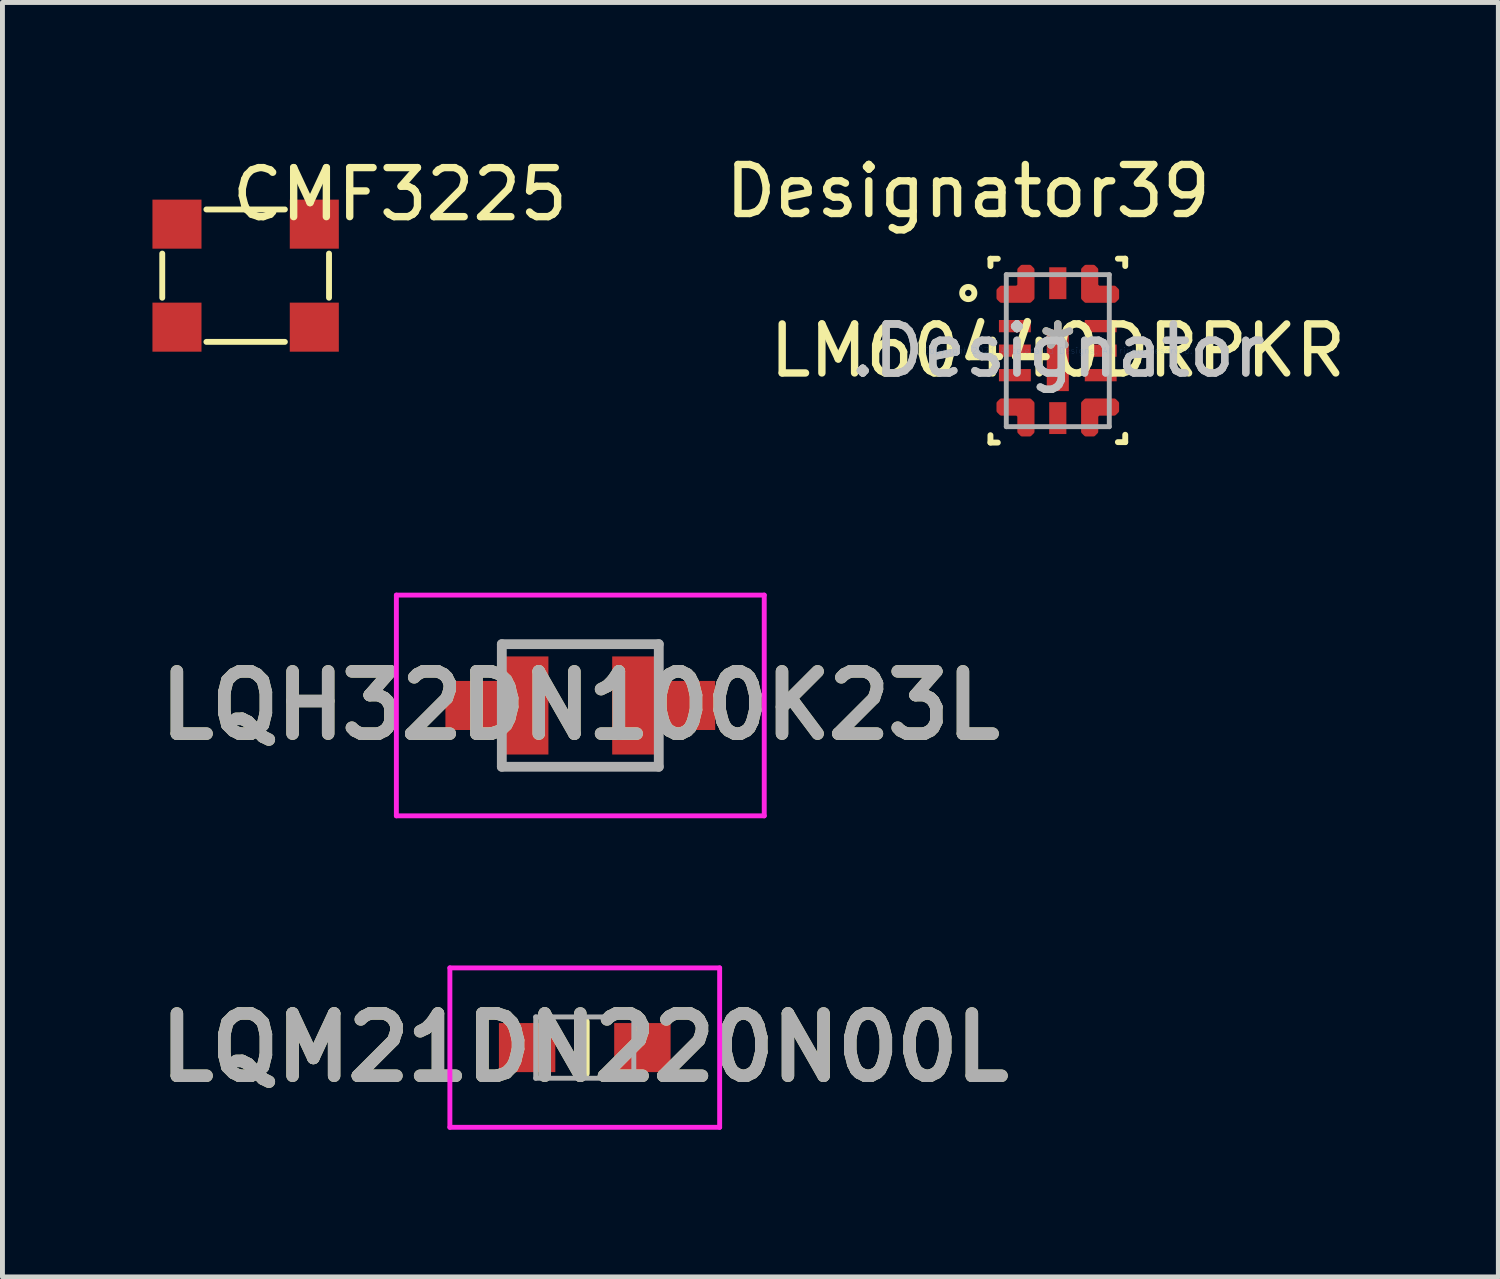
<source format=kicad_pcb>
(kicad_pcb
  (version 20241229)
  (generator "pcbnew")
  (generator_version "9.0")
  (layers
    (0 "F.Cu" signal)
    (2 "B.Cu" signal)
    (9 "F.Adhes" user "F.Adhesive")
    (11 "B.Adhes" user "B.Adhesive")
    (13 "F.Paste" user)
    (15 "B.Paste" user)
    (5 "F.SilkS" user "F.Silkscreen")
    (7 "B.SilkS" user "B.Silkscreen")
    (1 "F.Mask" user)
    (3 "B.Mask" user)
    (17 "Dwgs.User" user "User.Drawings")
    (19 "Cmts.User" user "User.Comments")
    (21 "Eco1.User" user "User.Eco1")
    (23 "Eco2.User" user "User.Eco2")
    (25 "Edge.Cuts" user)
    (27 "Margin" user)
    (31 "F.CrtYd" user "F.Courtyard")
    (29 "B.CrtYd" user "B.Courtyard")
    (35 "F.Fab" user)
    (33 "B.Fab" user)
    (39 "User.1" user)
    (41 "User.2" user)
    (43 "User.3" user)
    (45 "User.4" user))
  (footprint "LQH32DN100K23L"
    (layer "F.Cu")
    (at 8.781 11.333)
    (property "Reference" "LQH32DN100K23L" (at 0 0 0) (layer "F.SilkS") (effects (font (size 1.27 1.27) (thickness 0.254))))
    (attr smd)
    (fp_line (start -1.6 -1.25) (end 1.5 -1.25) (stroke (width 0.1) (type solid)) (layer "F.SilkS"))
    (fp_line (start -1.5 1.25) (end 1.6 1.25) (stroke (width 0.1) (type solid)) (layer "F.SilkS"))
    (fp_line (start -3.75 -2.25) (end 3.75 -2.25) (stroke (width 0.1) (type solid)) (layer "F.CrtYd"))
    (fp_line (start -3.75 2.25) (end -3.75 -2.25) (stroke (width 0.1) (type solid)) (layer "F.CrtYd"))
    (fp_line (start 3.75 -2.25) (end 3.75 2.25) (stroke (width 0.1) (type solid)) (layer "F.CrtYd"))
    (fp_line (start 3.75 2.25) (end -3.75 2.25) (stroke (width 0.1) (type solid)) (layer "F.CrtYd"))
    (fp_line (start -1.6 -1.25) (end 1.6 -1.25) (stroke (width 0.2) (type solid)) (layer "F.Fab"))
    (fp_line (start -1.6 1.25) (end -1.6 -1.25) (stroke (width 0.2) (type solid)) (layer "F.Fab"))
    (fp_line (start 1.6 -1.25) (end 1.6 1.25) (stroke (width 0.2) (type solid)) (layer "F.Fab"))
    (fp_line (start 1.6 1.25) (end -1.6 1.25) (stroke (width 0.2) (type solid)) (layer "F.Fab"))
    (fp_text user "${REFERENCE}" (at 0 0 0) (layer "F.Fab") (effects (font (size 1.27 1.27) (thickness 0.254))))
    (pad "1" smd rect (at -1.15 0) (size 1 2) (layers "F.Cu" "F.Mask" "F.Paste"))
    (pad "2" smd rect (at 1.15 0) (size 1 2) (layers "F.Cu" "F.Mask" "F.Paste"))
    (pad "3" smd rect (at -2.2 0 90) (size 1 1.1) (layers "F.Cu" "F.Mask" "F.Paste"))
    (pad "4" smd rect (at 2.2 0 90) (size 1 1.1) (layers "F.Cu" "F.Mask" "F.Paste")))
  (footprint "CMF3225"
    (layer "F.Cu")
    (at 0.25 0.25)
    (property "Reference" "CMF3225" (at 4.854 0.662 0) (layer "F.SilkS") (effects (font (size 1 1) (thickness 0.15))))
    (attr through_hole)
    (fp_line (start 0.008 2.77) (end 0.008 1.87) (stroke (width 0.12) (type solid)) (layer "F.SilkS"))
    (fp_line (start 0.908 0.97) (end 2.508 0.97) (stroke (width 0.12) (type solid)) (layer "F.SilkS"))
    (fp_line (start 2.508 3.67) (end 0.908 3.67) (stroke (width 0.12) (type solid)) (layer "F.SilkS"))
    (fp_line (start 3.408 1.87) (end 3.408 2.77) (stroke (width 0.12) (type solid)) (layer "F.SilkS"))
    (pad "1" smd rect (at 0.308 1.27) (size 1 1) (layers "F.Cu" "F.Mask" "F.Paste"))
    (pad "2" smd rect (at 0.308 3.37) (size 1 1) (layers "F.Cu" "F.Mask" "F.Paste"))
    (pad "3" smd rect (at 3.108 1.27) (size 1 1) (layers "F.Cu" "F.Mask" "F.Paste"))
    (pad "4" smd rect (at 3.108 3.37) (size 1 1) (layers "F.Cu" "F.Mask" "F.Paste")))
  (footprint "LQM21DN220N00L"
    (layer "F.Cu")
    (at 8.872 18.308)
    (property "Reference" "LQM21DN220N00L" (at 0 0 0) (layer "F.SilkS") (effects (font (size 1.27 1.27) (thickness 0.254))))
    (attr smd)
    (fp_line (start 0 -0.525) (end 0 0.525) (stroke (width 0.2) (type solid)) (layer "F.SilkS"))
    (fp_line (start -2.75 -1.625) (end 2.75 -1.625) (stroke (width 0.1) (type solid)) (layer "F.CrtYd"))
    (fp_line (start -2.75 1.625) (end -2.75 -1.625) (stroke (width 0.1) (type solid)) (layer "F.CrtYd"))
    (fp_line (start 2.75 -1.625) (end 2.75 1.625) (stroke (width 0.1) (type solid)) (layer "F.CrtYd"))
    (fp_line (start 2.75 1.625) (end -2.75 1.625) (stroke (width 0.1) (type solid)) (layer "F.CrtYd"))
    (fp_line (start -1 -0.625) (end 1 -0.625) (stroke (width 0.1) (type solid)) (layer "F.Fab"))
    (fp_line (start -1 0.625) (end -1 -0.625) (stroke (width 0.1) (type solid)) (layer "F.Fab"))
    (fp_line (start 1 -0.625) (end 1 0.625) (stroke (width 0.1) (type solid)) (layer "F.Fab"))
    (fp_line (start 1 0.625) (end -1 0.625) (stroke (width 0.1) (type solid)) (layer "F.Fab"))
    (fp_text user "${REFERENCE}" (at 0 0 0) (layer "F.Fab") (effects (font (size 1.27 1.27) (thickness 0.254))))
    (pad "1" smd rect (at -1.175 0 90) (size 1 1.15) (layers "F.Cu" "F.Mask" "F.Paste"))
    (pad "2" smd rect (at 1.175 0 90) (size 1 1.15) (layers "F.Cu" "F.Mask" "F.Paste")))
  (footprint "LM60440DRPKR"
    (layer "F.Cu")
    (at 18.516 4.099)
    (property "Reference" "LM60440DRPKR" (at 0 0 0) (layer "F.SilkS") (effects (font (size 1 1) (thickness 0.15))))
    (attr through_hole)
    (fp_poly (pts (xy -1.2 -1.225) (xy -1.15 -1.275) (xy -0.825 -1.275) (xy -0.775 -1.325) (xy -0.775 -1.65) (xy -0.725 -1.7) (xy -0.575 -1.7) (xy -0.525 -1.65) (xy -0.525 -1.075) (xy -0.575 -1.025) (xy -1.15 -1.025) (xy -1.2 -1.075)) (stroke (width 0.1) (type solid)) (fill yes) (layer "F.Cu"))
    (fp_poly (pts (xy -0.575 1.7) (xy -0.725 1.7) (xy -0.775 1.65) (xy -0.775 1.325) (xy -0.825 1.275) (xy -1.15 1.275) (xy -1.2 1.225) (xy -1.2 1.075) (xy -1.15 1.025) (xy -0.575 1.025) (xy -0.525 1.075) (xy -0.525 1.65) (xy -0.575 1.7)) (stroke (width 0.1) (type solid)) (fill yes) (layer "F.Cu"))
    (fp_poly (pts (xy 0.575 -1.7) (xy 0.725 -1.7) (xy 0.775 -1.65) (xy 0.775 -1.325) (xy 0.825 -1.275) (xy 1.15 -1.275) (xy 1.2 -1.225) (xy 1.2 -1.075) (xy 1.15 -1.025) (xy 0.575 -1.025) (xy 0.525 -1.075) (xy 0.525 -1.65) (xy 0.575 -1.7)) (stroke (width 0.1) (type solid)) (fill yes) (layer "F.Cu"))
    (fp_poly (pts (xy 1.2 1.075) (xy 1.2 1.225) (xy 1.15 1.275) (xy 0.825 1.275) (xy 0.775 1.325) (xy 0.775 1.65) (xy 0.725 1.7) (xy 0.575 1.7) (xy 0.525 1.65) (xy 0.525 1.075) (xy 0.575 1.025) (xy 1.15 1.025) (xy 1.2 1.075)) (stroke (width 0.1) (type solid)) (fill yes) (layer "F.Cu"))
    (fp_poly (pts (xy -1.2 -1.225) (xy -1.15 -1.275) (xy -0.825 -1.275) (xy -0.775 -1.325) (xy -0.775 -1.65) (xy -0.725 -1.7) (xy -0.575 -1.7) (xy -0.525 -1.65) (xy -0.525 -1.075) (xy -0.575 -1.025) (xy -1.15 -1.025) (xy -1.2 -1.075)) (stroke (width 0.1) (type solid)) (fill yes) (layer "F.Mask"))
    (fp_poly (pts (xy -0.575 1.7) (xy -0.725 1.7) (xy -0.775 1.65) (xy -0.775 1.325) (xy -0.825 1.275) (xy -1.15 1.275) (xy -1.2 1.225) (xy -1.2 1.075) (xy -1.15 1.025) (xy -0.575 1.025) (xy -0.525 1.075) (xy -0.525 1.65) (xy -0.575 1.7)) (stroke (width 0.1) (type solid)) (fill yes) (layer "F.Mask"))
    (fp_poly (pts (xy 0.575 -1.7) (xy 0.725 -1.7) (xy 0.775 -1.65) (xy 0.775 -1.325) (xy 0.825 -1.275) (xy 1.15 -1.275) (xy 1.2 -1.225) (xy 1.2 -1.075) (xy 1.15 -1.025) (xy 0.575 -1.025) (xy 0.525 -1.075) (xy 0.525 -1.65) (xy 0.575 -1.7)) (stroke (width 0.1) (type solid)) (fill yes) (layer "F.Mask"))
    (fp_poly (pts (xy 1.2 1.075) (xy 1.2 1.225) (xy 1.15 1.275) (xy 0.825 1.275) (xy 0.775 1.325) (xy 0.775 1.65) (xy 0.725 1.7) (xy 0.575 1.7) (xy 0.525 1.65) (xy 0.525 1.075) (xy 0.575 1.025) (xy 1.15 1.025) (xy 1.2 1.075)) (stroke (width 0.1) (type solid)) (fill yes) (layer "F.Mask"))
    (fp_line (start -1.373 1.874) (end -1.373 1.724) (stroke (width 0.12) (type solid)) (layer "F.SilkS"))
    (fp_line (start -1.373 1.874) (end -1.223 1.874) (stroke (width 0.12) (type solid)) (layer "F.SilkS"))
    (fp_line (start -1.373 -1.874) (end -1.223 -1.874) (stroke (width 0.12) (type solid)) (layer "F.SilkS"))
    (fp_line (start -1.373 -1.724) (end -1.373 -1.874) (stroke (width 0.12) (type solid)) (layer "F.SilkS"))
    (fp_line (start 1.225 1.865) (end 1.375 1.865) (stroke (width 0.12) (type solid)) (layer "F.SilkS"))
    (fp_line (start 1.225 -1.875) (end 1.375 -1.875) (stroke (width 0.12) (type solid)) (layer "F.SilkS"))
    (fp_line (start 1.375 1.865) (end 1.375 1.715) (stroke (width 0.12) (type solid)) (layer "F.SilkS"))
    (fp_line (start 1.375 -1.725) (end 1.375 -1.875) (stroke (width 0.12) (type solid)) (layer "F.SilkS"))
    (fp_circle (center -1.825 -1.175) (end -1.7 -1.175) (stroke (width 0.12) (type solid)) (fill no) (layer "F.SilkS"))
    (fp_poly (pts (xy -1.2 -1.225) (xy -1.15 -1.275) (xy -0.825 -1.275) (xy -0.775 -1.325) (xy -0.775 -1.65) (xy -0.725 -1.7) (xy -0.575 -1.7) (xy -0.525 -1.65) (xy -0.525 -1.075) (xy -0.575 -1.025) (xy -1.15 -1.025) (xy -1.2 -1.075)) (stroke (width 0.1) (type solid)) (fill yes) (layer "F.Paste"))
    (fp_poly (pts (xy -0.575 1.7) (xy -0.725 1.7) (xy -0.775 1.65) (xy -0.775 1.325) (xy -0.825 1.275) (xy -1.15 1.275) (xy -1.2 1.225) (xy -1.2 1.075) (xy -1.15 1.025) (xy -0.575 1.025) (xy -0.525 1.075) (xy -0.525 1.65) (xy -0.575 1.7)) (stroke (width 0.1) (type solid)) (fill yes) (layer "F.Paste"))
    (fp_poly (pts (xy 0.575 -1.7) (xy 0.725 -1.7) (xy 0.775 -1.65) (xy 0.775 -1.325) (xy 0.825 -1.275) (xy 1.15 -1.275) (xy 1.2 -1.225) (xy 1.2 -1.075) (xy 1.15 -1.025) (xy 0.575 -1.025) (xy 0.525 -1.075) (xy 0.525 -1.65) (xy 0.575 -1.7)) (stroke (width 0.1) (type solid)) (fill yes) (layer "F.Paste"))
    (fp_poly (pts (xy 1.2 1.075) (xy 1.2 1.225) (xy 1.15 1.275) (xy 0.825 1.275) (xy 0.775 1.325) (xy 0.775 1.65) (xy 0.725 1.7) (xy 0.575 1.7) (xy 0.525 1.65) (xy 0.525 1.075) (xy 0.575 1.025) (xy 1.15 1.025) (xy 1.2 1.075)) (stroke (width 0.1) (type solid)) (fill yes) (layer "F.Paste"))
    (fp_line (start -1.05 -1.55) (end 1.05 -1.55) (stroke (width 0.1) (type solid)) (layer "F.Fab"))
    (fp_line (start -1.05 1.55) (end -1.05 -1.55) (stroke (width 0.1) (type solid)) (layer "F.Fab"))
    (fp_line (start -1.05 1.55) (end 1.05 1.55) (stroke (width 0.1) (type solid)) (layer "F.Fab"))
    (fp_line (start 1.05 1.55) (end 1.05 -1.55) (stroke (width 0.1) (type solid)) (layer "F.Fab"))
    (fp_text user "*" (at 0 0 0) (layer "F.SilkS") (effects (font (size 1 1) (thickness 0.15))))
    (fp_text user "Designator39" (at -1.829 -3.251 0) (layer "F.SilkS") (effects (font (size 1 1) (thickness 0.15))))
    (fp_text user ".Designator" (at -0.000015 0.000003 0) (layer "Dwgs.User") (effects (font (size 1 1) (thickness 0.15))))
    (fp_text user "Copyright 2021 Accelerated Designs. All rights reserved." (at 0 0 0) (layer "Cmts.User") (effects (font (size 0.127 0.127) (thickness 0.002))))
    (fp_text user ".Designator" (at -0.000015 0.000003 0) (layer "F.Fab") (effects (font (size 1 1) (thickness 0.15))))
    (fp_text user "*" (at 0 0 0) (layer "F.Fab") (effects (font (size 1 1) (thickness 0.15))))
    (pad "1" smd circle (at -0.694 -1.194 90) (size 0.244 0.244) (layers "F.Cu" "F.Mask" "F.Paste"))
    (pad "2" smd rect (at -0.875 -0.5) (size 0.65 0.25) (layers "F.Cu" "F.Mask" "F.Paste"))
    (pad "3" smd rect (at -0.875 0) (size 0.65 0.25) (layers "F.Cu" "F.Mask" "F.Paste"))
    (pad "4" smd rect (at -0.875 0.5) (size 0.65 0.25) (layers "F.Cu" "F.Mask" "F.Paste"))
    (pad "5" smd circle (at -0.694 1.194) (size 0.244 0.244) (layers "F.Cu" "F.Mask" "F.Paste"))
    (pad "6" smd rect (at 0 1.375) (size 0.35 0.65) (layers "F.Cu" "F.Mask" "F.Paste"))
    (pad "7" smd circle (at 0.694 1.194 90) (size 0.244 0.244) (layers "F.Cu" "F.Mask" "F.Paste"))
    (pad "8" smd rect (at 0.875 0.5) (size 0.65 0.25) (layers "F.Cu" "F.Mask" "F.Paste"))
    (pad "9" smd rect (at 0.875 0) (size 0.65 0.25) (layers "F.Cu" "F.Mask" "F.Paste"))
    (pad "10" smd rect (at 0.875 -0.5) (size 0.65 0.25) (layers "F.Cu" "F.Mask" "F.Paste"))
    (pad "11" smd circle (at 0.694 -1.194) (size 0.244 0.244) (layers "F.Cu" "F.Mask" "F.Paste"))
    (pad "12" smd rect (at 0 -1.375) (size 0.35 0.65) (layers "F.Cu" "F.Mask" "F.Paste"))
    (pad "13" smd rect (at 0 0.2) (size 0.45 1.25) (layers "F.Cu" "F.Mask" "F.Paste")))
  (gr_rect
    (start -3 -3)
    (end 27.498 22.983)
    (stroke (width 0.1) (type default))
    (fill no)
    (layer "Edge.Cuts")))
</source>
